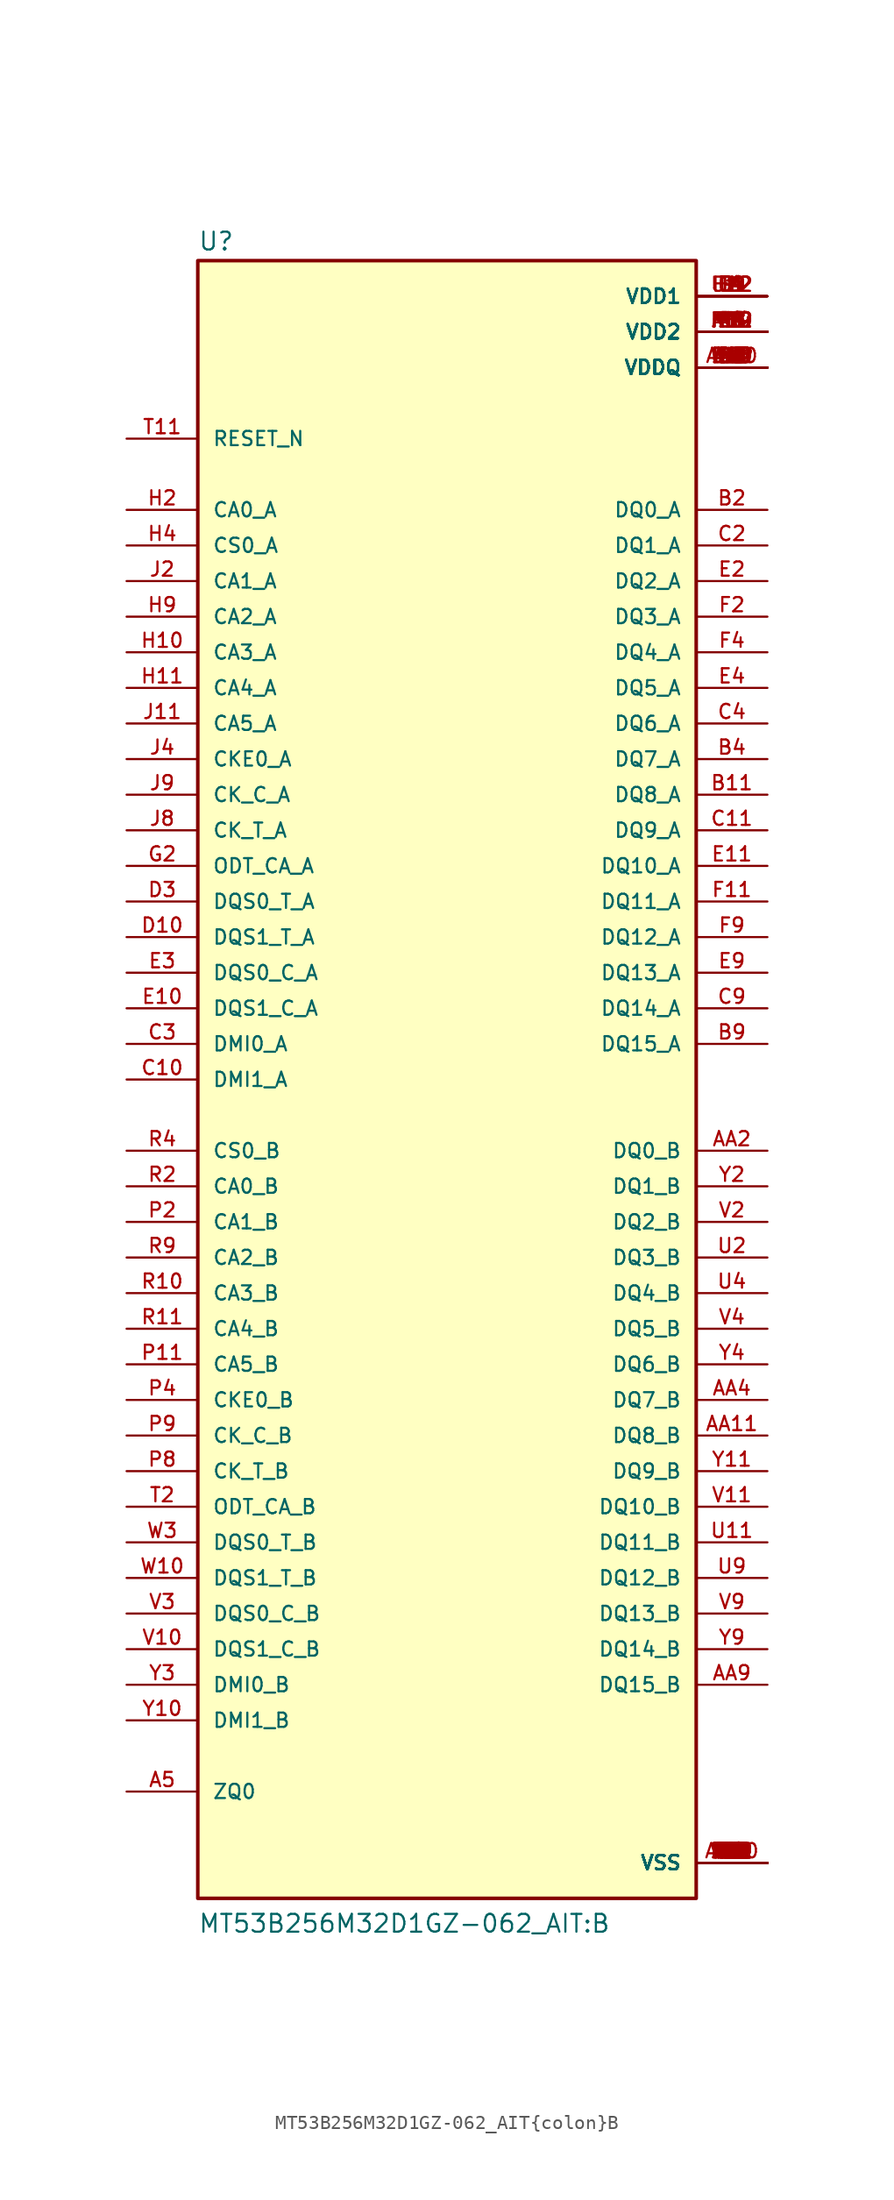
<source format=kicad_sym>
(kicad_symbol_lib
  (version 20220331)
  (generator kicad_symbol_editor)
  (symbol "MT53B256M32D1GZ-062_AIT{colon}B"
    (pin_names
      (offset 1.016))
    (property "Reference" "U"
      (at -17.78 59.055 0)
      (effects (font (size 1.27 1.27)) (justify left bottom)))
    (property "Value" "MT53B256M32D1GZ-062_AIT{colon}B"
      (at -17.78 -60.96 0)
      (effects (font (size 1.27 1.27)) (justify left bottom)))
    (property "ki_locked" ""
      (at 0 0 0)
      (effects (font (size 1.27 1.27))))
    (symbol "MT53B256M32D1GZ-062_AIT{colon}B_0_0"
      (rectangle (start -17.78 -58.42) (end 17.78 58.42) (stroke (width 0.254) (type solid)) (fill (type background)))
      (pin power_in line (at 22.86 -55.88 180) (length 5.08) (name "VSS" (effects (font (size 1.016 1.016)))) (number "A10" (effects (font (size 1.016 1.016)))))
      (pin power_in line (at 22.86 -55.88 180) (length 5.08) (name "VSS" (effects (font (size 1.016 1.016)))) (number "A3" (effects (font (size 1.016 1.016)))))
      (pin power_in line (at 22.86 53.34 180) (length 5.08) (name "VDD2" (effects (font (size 1.016 1.016)))) (number "A4" (effects (font (size 1.016 1.016)))))
      (pin passive line (at -22.86 -50.8 0) (length 5.08) (name "ZQ0" (effects (font (size 1.016 1.016)))) (number "A5" (effects (font (size 1.016 1.016)))))
      (pin power_in line (at 22.86 53.34 180) (length 5.08) (name "VDD2" (effects (font (size 1.016 1.016)))) (number "A9" (effects (font (size 1.016 1.016)))))
      (pin power_in line (at 22.86 50.8 180) (length 5.08) (name "VDDQ" (effects (font (size 1.016 1.016)))) (number "AA10" (effects (font (size 1.016 1.016)))))
      (pin bidirectional line (at 22.86 -25.4 180) (length 5.08) (name "DQ8_B" (effects (font (size 1.016 1.016)))) (number "AA11" (effects (font (size 1.016 1.016)))))
      (pin bidirectional line (at 22.86 -5.08 180) (length 5.08) (name "DQ0_B" (effects (font (size 1.016 1.016)))) (number "AA2" (effects (font (size 1.016 1.016)))))
      (pin power_in line (at 22.86 50.8 180) (length 5.08) (name "VDDQ" (effects (font (size 1.016 1.016)))) (number "AA3" (effects (font (size 1.016 1.016)))))
      (pin bidirectional line (at 22.86 -22.86 180) (length 5.08) (name "DQ7_B" (effects (font (size 1.016 1.016)))) (number "AA4" (effects (font (size 1.016 1.016)))))
      (pin power_in line (at 22.86 50.8 180) (length 5.08) (name "VDDQ" (effects (font (size 1.016 1.016)))) (number "AA5" (effects (font (size 1.016 1.016)))))
      (pin power_in line (at 22.86 50.8 180) (length 5.08) (name "VDDQ" (effects (font (size 1.016 1.016)))) (number "AA8" (effects (font (size 1.016 1.016)))))
      (pin bidirectional line (at 22.86 -43.18 180) (length 5.08) (name "DQ15_B" (effects (font (size 1.016 1.016)))) (number "AA9" (effects (font (size 1.016 1.016)))))
      (pin power_in line (at 22.86 -55.88 180) (length 5.08) (name "VSS" (effects (font (size 1.016 1.016)))) (number "AB10" (effects (font (size 1.016 1.016)))))
      (pin power_in line (at 22.86 -55.88 180) (length 5.08) (name "VSS" (effects (font (size 1.016 1.016)))) (number "AB3" (effects (font (size 1.016 1.016)))))
      (pin power_in line (at 22.86 53.34 180) (length 5.08) (name "VDD2" (effects (font (size 1.016 1.016)))) (number "AB4" (effects (font (size 1.016 1.016)))))
      (pin power_in line (at 22.86 -55.88 180) (length 5.08) (name "VSS" (effects (font (size 1.016 1.016)))) (number "AB5" (effects (font (size 1.016 1.016)))))
      (pin power_in line (at 22.86 -55.88 180) (length 5.08) (name "VSS" (effects (font (size 1.016 1.016)))) (number "AB8" (effects (font (size 1.016 1.016)))))
      (pin power_in line (at 22.86 53.34 180) (length 5.08) (name "VDD2" (effects (font (size 1.016 1.016)))) (number "AB9" (effects (font (size 1.016 1.016)))))
      (pin power_in line (at 22.86 50.8 180) (length 5.08) (name "VDDQ" (effects (font (size 1.016 1.016)))) (number "B10" (effects (font (size 1.016 1.016)))))
      (pin bidirectional line (at 22.86 20.32 180) (length 5.08) (name "DQ8_A" (effects (font (size 1.016 1.016)))) (number "B11" (effects (font (size 1.016 1.016)))))
      (pin bidirectional line (at 22.86 40.64 180) (length 5.08) (name "DQ0_A" (effects (font (size 1.016 1.016)))) (number "B2" (effects (font (size 1.016 1.016)))))
      (pin power_in line (at 22.86 50.8 180) (length 5.08) (name "VDDQ" (effects (font (size 1.016 1.016)))) (number "B3" (effects (font (size 1.016 1.016)))))
      (pin bidirectional line (at 22.86 22.86 180) (length 5.08) (name "DQ7_A" (effects (font (size 1.016 1.016)))) (number "B4" (effects (font (size 1.016 1.016)))))
      (pin power_in line (at 22.86 50.8 180) (length 5.08) (name "VDDQ" (effects (font (size 1.016 1.016)))) (number "B5" (effects (font (size 1.016 1.016)))))
      (pin power_in line (at 22.86 50.8 180) (length 5.08) (name "VDDQ" (effects (font (size 1.016 1.016)))) (number "B8" (effects (font (size 1.016 1.016)))))
      (pin bidirectional line (at 22.86 2.54 180) (length 5.08) (name "DQ15_A" (effects (font (size 1.016 1.016)))) (number "B9" (effects (font (size 1.016 1.016)))))
      (pin power_in line (at 22.86 -55.88 180) (length 5.08) (name "VSS" (effects (font (size 1.016 1.016)))) (number "C1" (effects (font (size 1.016 1.016)))))
      (pin bidirectional line (at -22.86 0 0) (length 5.08) (name "DMI1_A" (effects (font (size 1.016 1.016)))) (number "C10" (effects (font (size 1.016 1.016)))))
      (pin bidirectional line (at 22.86 17.78 180) (length 5.08) (name "DQ9_A" (effects (font (size 1.016 1.016)))) (number "C11" (effects (font (size 1.016 1.016)))))
      (pin power_in line (at 22.86 -55.88 180) (length 5.08) (name "VSS" (effects (font (size 1.016 1.016)))) (number "C12" (effects (font (size 1.016 1.016)))))
      (pin bidirectional line (at 22.86 38.1 180) (length 5.08) (name "DQ1_A" (effects (font (size 1.016 1.016)))) (number "C2" (effects (font (size 1.016 1.016)))))
      (pin bidirectional line (at -22.86 2.54 0) (length 5.08) (name "DMI0_A" (effects (font (size 1.016 1.016)))) (number "C3" (effects (font (size 1.016 1.016)))))
      (pin bidirectional line (at 22.86 25.4 180) (length 5.08) (name "DQ6_A" (effects (font (size 1.016 1.016)))) (number "C4" (effects (font (size 1.016 1.016)))))
      (pin power_in line (at 22.86 -55.88 180) (length 5.08) (name "VSS" (effects (font (size 1.016 1.016)))) (number "C5" (effects (font (size 1.016 1.016)))))
      (pin power_in line (at 22.86 -55.88 180) (length 5.08) (name "VSS" (effects (font (size 1.016 1.016)))) (number "C8" (effects (font (size 1.016 1.016)))))
      (pin bidirectional line (at 22.86 5.08 180) (length 5.08) (name "DQ14_A" (effects (font (size 1.016 1.016)))) (number "C9" (effects (font (size 1.016 1.016)))))
      (pin power_in line (at 22.86 50.8 180) (length 5.08) (name "VDDQ" (effects (font (size 1.016 1.016)))) (number "D1" (effects (font (size 1.016 1.016)))))
      (pin bidirectional line (at -22.86 10.16 0) (length 5.08) (name "DQS1_T_A" (effects (font (size 1.016 1.016)))) (number "D10" (effects (font (size 1.016 1.016)))))
      (pin power_in line (at 22.86 -55.88 180) (length 5.08) (name "VSS" (effects (font (size 1.016 1.016)))) (number "D11" (effects (font (size 1.016 1.016)))))
      (pin power_in line (at 22.86 50.8 180) (length 5.08) (name "VDDQ" (effects (font (size 1.016 1.016)))) (number "D12" (effects (font (size 1.016 1.016)))))
      (pin power_in line (at 22.86 -55.88 180) (length 5.08) (name "VSS" (effects (font (size 1.016 1.016)))) (number "D2" (effects (font (size 1.016 1.016)))))
      (pin bidirectional line (at -22.86 12.7 0) (length 5.08) (name "DQS0_T_A" (effects (font (size 1.016 1.016)))) (number "D3" (effects (font (size 1.016 1.016)))))
      (pin power_in line (at 22.86 -55.88 180) (length 5.08) (name "VSS" (effects (font (size 1.016 1.016)))) (number "D4" (effects (font (size 1.016 1.016)))))
      (pin power_in line (at 22.86 50.8 180) (length 5.08) (name "VDDQ" (effects (font (size 1.016 1.016)))) (number "D5" (effects (font (size 1.016 1.016)))))
      (pin power_in line (at 22.86 50.8 180) (length 5.08) (name "VDDQ" (effects (font (size 1.016 1.016)))) (number "D8" (effects (font (size 1.016 1.016)))))
      (pin power_in line (at 22.86 -55.88 180) (length 5.08) (name "VSS" (effects (font (size 1.016 1.016)))) (number "D9" (effects (font (size 1.016 1.016)))))
      (pin power_in line (at 22.86 -55.88 180) (length 5.08) (name "VSS" (effects (font (size 1.016 1.016)))) (number "E1" (effects (font (size 1.016 1.016)))))
      (pin bidirectional line (at -22.86 5.08 0) (length 5.08) (name "DQS1_C_A" (effects (font (size 1.016 1.016)))) (number "E10" (effects (font (size 1.016 1.016)))))
      (pin bidirectional line (at 22.86 15.24 180) (length 5.08) (name "DQ10_A" (effects (font (size 1.016 1.016)))) (number "E11" (effects (font (size 1.016 1.016)))))
      (pin power_in line (at 22.86 -55.88 180) (length 5.08) (name "VSS" (effects (font (size 1.016 1.016)))) (number "E12" (effects (font (size 1.016 1.016)))))
      (pin bidirectional line (at 22.86 35.56 180) (length 5.08) (name "DQ2_A" (effects (font (size 1.016 1.016)))) (number "E2" (effects (font (size 1.016 1.016)))))
      (pin bidirectional line (at -22.86 7.62 0) (length 5.08) (name "DQS0_C_A" (effects (font (size 1.016 1.016)))) (number "E3" (effects (font (size 1.016 1.016)))))
      (pin bidirectional line (at 22.86 27.94 180) (length 5.08) (name "DQ5_A" (effects (font (size 1.016 1.016)))) (number "E4" (effects (font (size 1.016 1.016)))))
      (pin power_in line (at 22.86 -55.88 180) (length 5.08) (name "VSS" (effects (font (size 1.016 1.016)))) (number "E5" (effects (font (size 1.016 1.016)))))
      (pin power_in line (at 22.86 -55.88 180) (length 5.08) (name "VSS" (effects (font (size 1.016 1.016)))) (number "E8" (effects (font (size 1.016 1.016)))))
      (pin bidirectional line (at 22.86 7.62 180) (length 5.08) (name "DQ13_A" (effects (font (size 1.016 1.016)))) (number "E9" (effects (font (size 1.016 1.016)))))
      (pin power_in line (at 22.86 55.88 180) (length 5.08) (name "VDD1" (effects (font (size 1.016 1.016)))) (number "F1" (effects (font (size 1.016 1.016)))))
      (pin power_in line (at 22.86 50.8 180) (length 5.08) (name "VDDQ" (effects (font (size 1.016 1.016)))) (number "F10" (effects (font (size 1.016 1.016)))))
      (pin bidirectional line (at 22.86 12.7 180) (length 5.08) (name "DQ11_A" (effects (font (size 1.016 1.016)))) (number "F11" (effects (font (size 1.016 1.016)))))
      (pin power_in line (at 22.86 55.88 180) (length 5.08) (name "VDD1" (effects (font (size 1.016 1.016)))) (number "F12" (effects (font (size 1.016 1.016)))))
      (pin bidirectional line (at 22.86 33.02 180) (length 5.08) (name "DQ3_A" (effects (font (size 1.016 1.016)))) (number "F2" (effects (font (size 1.016 1.016)))))
      (pin power_in line (at 22.86 50.8 180) (length 5.08) (name "VDDQ" (effects (font (size 1.016 1.016)))) (number "F3" (effects (font (size 1.016 1.016)))))
      (pin bidirectional line (at 22.86 30.48 180) (length 5.08) (name "DQ4_A" (effects (font (size 1.016 1.016)))) (number "F4" (effects (font (size 1.016 1.016)))))
      (pin power_in line (at 22.86 53.34 180) (length 5.08) (name "VDD2" (effects (font (size 1.016 1.016)))) (number "F5" (effects (font (size 1.016 1.016)))))
      (pin power_in line (at 22.86 53.34 180) (length 5.08) (name "VDD2" (effects (font (size 1.016 1.016)))) (number "F8" (effects (font (size 1.016 1.016)))))
      (pin bidirectional line (at 22.86 10.16 180) (length 5.08) (name "DQ12_A" (effects (font (size 1.016 1.016)))) (number "F9" (effects (font (size 1.016 1.016)))))
      (pin power_in line (at 22.86 -55.88 180) (length 5.08) (name "VSS" (effects (font (size 1.016 1.016)))) (number "G1" (effects (font (size 1.016 1.016)))))
      (pin power_in line (at 22.86 -55.88 180) (length 5.08) (name "VSS" (effects (font (size 1.016 1.016)))) (number "G10" (effects (font (size 1.016 1.016)))))
      (pin power_in line (at 22.86 -55.88 180) (length 5.08) (name "VSS" (effects (font (size 1.016 1.016)))) (number "G12" (effects (font (size 1.016 1.016)))))
      (pin input line (at -22.86 15.24 0) (length 5.08) (name "ODT_CA_A" (effects (font (size 1.016 1.016)))) (number "G2" (effects (font (size 1.016 1.016)))))
      (pin power_in line (at 22.86 -55.88 180) (length 5.08) (name "VSS" (effects (font (size 1.016 1.016)))) (number "G3" (effects (font (size 1.016 1.016)))))
      (pin power_in line (at 22.86 55.88 180) (length 5.08) (name "VDD1" (effects (font (size 1.016 1.016)))) (number "G4" (effects (font (size 1.016 1.016)))))
      (pin power_in line (at 22.86 -55.88 180) (length 5.08) (name "VSS" (effects (font (size 1.016 1.016)))) (number "G5" (effects (font (size 1.016 1.016)))))
      (pin power_in line (at 22.86 -55.88 180) (length 5.08) (name "VSS" (effects (font (size 1.016 1.016)))) (number "G8" (effects (font (size 1.016 1.016)))))
      (pin power_in line (at 22.86 55.88 180) (length 5.08) (name "VDD1" (effects (font (size 1.016 1.016)))) (number "G9" (effects (font (size 1.016 1.016)))))
      (pin power_in line (at 22.86 53.34 180) (length 5.08) (name "VDD2" (effects (font (size 1.016 1.016)))) (number "H1" (effects (font (size 1.016 1.016)))))
      (pin input line (at -22.86 30.48 0) (length 5.08) (name "CA3_A" (effects (font (size 1.016 1.016)))) (number "H10" (effects (font (size 1.016 1.016)))))
      (pin input line (at -22.86 27.94 0) (length 5.08) (name "CA4_A" (effects (font (size 1.016 1.016)))) (number "H11" (effects (font (size 1.016 1.016)))))
      (pin power_in line (at 22.86 53.34 180) (length 5.08) (name "VDD2" (effects (font (size 1.016 1.016)))) (number "H12" (effects (font (size 1.016 1.016)))))
      (pin input line (at -22.86 40.64 0) (length 5.08) (name "CA0_A" (effects (font (size 1.016 1.016)))) (number "H2" (effects (font (size 1.016 1.016)))))
      (pin input line (at -22.86 38.1 0) (length 5.08) (name "CS0_A" (effects (font (size 1.016 1.016)))) (number "H4" (effects (font (size 1.016 1.016)))))
      (pin power_in line (at 22.86 53.34 180) (length 5.08) (name "VDD2" (effects (font (size 1.016 1.016)))) (number "H5" (effects (font (size 1.016 1.016)))))
      (pin power_in line (at 22.86 53.34 180) (length 5.08) (name "VDD2" (effects (font (size 1.016 1.016)))) (number "H8" (effects (font (size 1.016 1.016)))))
      (pin input line (at -22.86 33.02 0) (length 5.08) (name "CA2_A" (effects (font (size 1.016 1.016)))) (number "H9" (effects (font (size 1.016 1.016)))))
      (pin power_in line (at 22.86 -55.88 180) (length 5.08) (name "VSS" (effects (font (size 1.016 1.016)))) (number "J1" (effects (font (size 1.016 1.016)))))
      (pin power_in line (at 22.86 -55.88 180) (length 5.08) (name "VSS" (effects (font (size 1.016 1.016)))) (number "J10" (effects (font (size 1.016 1.016)))))
      (pin input line (at -22.86 25.4 0) (length 5.08) (name "CA5_A" (effects (font (size 1.016 1.016)))) (number "J11" (effects (font (size 1.016 1.016)))))
      (pin power_in line (at 22.86 -55.88 180) (length 5.08) (name "VSS" (effects (font (size 1.016 1.016)))) (number "J12" (effects (font (size 1.016 1.016)))))
      (pin input line (at -22.86 35.56 0) (length 5.08) (name "CA1_A" (effects (font (size 1.016 1.016)))) (number "J2" (effects (font (size 1.016 1.016)))))
      (pin power_in line (at 22.86 -55.88 180) (length 5.08) (name "VSS" (effects (font (size 1.016 1.016)))) (number "J3" (effects (font (size 1.016 1.016)))))
      (pin input line (at -22.86 22.86 0) (length 5.08) (name "CKE0_A" (effects (font (size 1.016 1.016)))) (number "J4" (effects (font (size 1.016 1.016)))))
      (pin input line (at -22.86 17.78 0) (length 5.08) (name "CK_T_A" (effects (font (size 1.016 1.016)))) (number "J8" (effects (font (size 1.016 1.016)))))
      (pin input line (at -22.86 20.32 0) (length 5.08) (name "CK_C_A" (effects (font (size 1.016 1.016)))) (number "J9" (effects (font (size 1.016 1.016)))))
      (pin power_in line (at 22.86 53.34 180) (length 5.08) (name "VDD2" (effects (font (size 1.016 1.016)))) (number "K1" (effects (font (size 1.016 1.016)))))
      (pin power_in line (at 22.86 53.34 180) (length 5.08) (name "VDD2" (effects (font (size 1.016 1.016)))) (number "K10" (effects (font (size 1.016 1.016)))))
      (pin power_in line (at 22.86 -55.88 180) (length 5.08) (name "VSS" (effects (font (size 1.016 1.016)))) (number "K11" (effects (font (size 1.016 1.016)))))
      (pin power_in line (at 22.86 53.34 180) (length 5.08) (name "VDD2" (effects (font (size 1.016 1.016)))) (number "K12" (effects (font (size 1.016 1.016)))))
      (pin power_in line (at 22.86 -55.88 180) (length 5.08) (name "VSS" (effects (font (size 1.016 1.016)))) (number "K2" (effects (font (size 1.016 1.016)))))
      (pin power_in line (at 22.86 53.34 180) (length 5.08) (name "VDD2" (effects (font (size 1.016 1.016)))) (number "K3" (effects (font (size 1.016 1.016)))))
      (pin power_in line (at 22.86 -55.88 180) (length 5.08) (name "VSS" (effects (font (size 1.016 1.016)))) (number "K4" (effects (font (size 1.016 1.016)))))
      (pin power_in line (at 22.86 -55.88 180) (length 5.08) (name "VSS" (effects (font (size 1.016 1.016)))) (number "K9" (effects (font (size 1.016 1.016)))))
      (pin power_in line (at 22.86 53.34 180) (length 5.08) (name "VDD2" (effects (font (size 1.016 1.016)))) (number "N1" (effects (font (size 1.016 1.016)))))
      (pin power_in line (at 22.86 53.34 180) (length 5.08) (name "VDD2" (effects (font (size 1.016 1.016)))) (number "N10" (effects (font (size 1.016 1.016)))))
      (pin power_in line (at 22.86 -55.88 180) (length 5.08) (name "VSS" (effects (font (size 1.016 1.016)))) (number "N11" (effects (font (size 1.016 1.016)))))
      (pin power_in line (at 22.86 53.34 180) (length 5.08) (name "VDD2" (effects (font (size 1.016 1.016)))) (number "N12" (effects (font (size 1.016 1.016)))))
      (pin power_in line (at 22.86 -55.88 180) (length 5.08) (name "VSS" (effects (font (size 1.016 1.016)))) (number "N2" (effects (font (size 1.016 1.016)))))
      (pin power_in line (at 22.86 53.34 180) (length 5.08) (name "VDD2" (effects (font (size 1.016 1.016)))) (number "N3" (effects (font (size 1.016 1.016)))))
      (pin power_in line (at 22.86 -55.88 180) (length 5.08) (name "VSS" (effects (font (size 1.016 1.016)))) (number "N4" (effects (font (size 1.016 1.016)))))
      (pin power_in line (at 22.86 -55.88 180) (length 5.08) (name "VSS" (effects (font (size 1.016 1.016)))) (number "N9" (effects (font (size 1.016 1.016)))))
      (pin power_in line (at 22.86 -55.88 180) (length 5.08) (name "VSS" (effects (font (size 1.016 1.016)))) (number "P1" (effects (font (size 1.016 1.016)))))
      (pin power_in line (at 22.86 -55.88 180) (length 5.08) (name "VSS" (effects (font (size 1.016 1.016)))) (number "P10" (effects (font (size 1.016 1.016)))))
      (pin input line (at -22.86 -20.32 0) (length 5.08) (name "CA5_B" (effects (font (size 1.016 1.016)))) (number "P11" (effects (font (size 1.016 1.016)))))
      (pin power_in line (at 22.86 -55.88 180) (length 5.08) (name "VSS" (effects (font (size 1.016 1.016)))) (number "P12" (effects (font (size 1.016 1.016)))))
      (pin input line (at -22.86 -10.16 0) (length 5.08) (name "CA1_B" (effects (font (size 1.016 1.016)))) (number "P2" (effects (font (size 1.016 1.016)))))
      (pin power_in line (at 22.86 -55.88 180) (length 5.08) (name "VSS" (effects (font (size 1.016 1.016)))) (number "P3" (effects (font (size 1.016 1.016)))))
      (pin input line (at -22.86 -22.86 0) (length 5.08) (name "CKE0_B" (effects (font (size 1.016 1.016)))) (number "P4" (effects (font (size 1.016 1.016)))))
      (pin input line (at -22.86 -27.94 0) (length 5.08) (name "CK_T_B" (effects (font (size 1.016 1.016)))) (number "P8" (effects (font (size 1.016 1.016)))))
      (pin input line (at -22.86 -25.4 0) (length 5.08) (name "CK_C_B" (effects (font (size 1.016 1.016)))) (number "P9" (effects (font (size 1.016 1.016)))))
      (pin power_in line (at 22.86 53.34 180) (length 5.08) (name "VDD2" (effects (font (size 1.016 1.016)))) (number "R1" (effects (font (size 1.016 1.016)))))
      (pin input line (at -22.86 -15.24 0) (length 5.08) (name "CA3_B" (effects (font (size 1.016 1.016)))) (number "R10" (effects (font (size 1.016 1.016)))))
      (pin input line (at -22.86 -17.78 0) (length 5.08) (name "CA4_B" (effects (font (size 1.016 1.016)))) (number "R11" (effects (font (size 1.016 1.016)))))
      (pin power_in line (at 22.86 53.34 180) (length 5.08) (name "VDD2" (effects (font (size 1.016 1.016)))) (number "R12" (effects (font (size 1.016 1.016)))))
      (pin input line (at -22.86 -7.62 0) (length 5.08) (name "CA0_B" (effects (font (size 1.016 1.016)))) (number "R2" (effects (font (size 1.016 1.016)))))
      (pin input line (at -22.86 -5.08 0) (length 5.08) (name "CS0_B" (effects (font (size 1.016 1.016)))) (number "R4" (effects (font (size 1.016 1.016)))))
      (pin power_in line (at 22.86 53.34 180) (length 5.08) (name "VDD2" (effects (font (size 1.016 1.016)))) (number "R5" (effects (font (size 1.016 1.016)))))
      (pin power_in line (at 22.86 53.34 180) (length 5.08) (name "VDD2" (effects (font (size 1.016 1.016)))) (number "R8" (effects (font (size 1.016 1.016)))))
      (pin input line (at -22.86 -12.7 0) (length 5.08) (name "CA2_B" (effects (font (size 1.016 1.016)))) (number "R9" (effects (font (size 1.016 1.016)))))
      (pin power_in line (at 22.86 -55.88 180) (length 5.08) (name "VSS" (effects (font (size 1.016 1.016)))) (number "T1" (effects (font (size 1.016 1.016)))))
      (pin power_in line (at 22.86 -55.88 180) (length 5.08) (name "VSS" (effects (font (size 1.016 1.016)))) (number "T10" (effects (font (size 1.016 1.016)))))
      (pin input line (at -22.86 45.72 0) (length 5.08) (name "RESET_N" (effects (font (size 1.016 1.016)))) (number "T11" (effects (font (size 1.016 1.016)))))
      (pin power_in line (at 22.86 -55.88 180) (length 5.08) (name "VSS" (effects (font (size 1.016 1.016)))) (number "T12" (effects (font (size 1.016 1.016)))))
      (pin input line (at -22.86 -30.48 0) (length 5.08) (name "ODT_CA_B" (effects (font (size 1.016 1.016)))) (number "T2" (effects (font (size 1.016 1.016)))))
      (pin power_in line (at 22.86 -55.88 180) (length 5.08) (name "VSS" (effects (font (size 1.016 1.016)))) (number "T3" (effects (font (size 1.016 1.016)))))
      (pin power_in line (at 22.86 55.88 180) (length 5.08) (name "VDD1" (effects (font (size 1.016 1.016)))) (number "T4" (effects (font (size 1.016 1.016)))))
      (pin power_in line (at 22.86 -55.88 180) (length 5.08) (name "VSS" (effects (font (size 1.016 1.016)))) (number "T5" (effects (font (size 1.016 1.016)))))
      (pin power_in line (at 22.86 -55.88 180) (length 5.08) (name "VSS" (effects (font (size 1.016 1.016)))) (number "T8" (effects (font (size 1.016 1.016)))))
      (pin power_in line (at 22.86 55.88 180) (length 5.08) (name "VDD1" (effects (font (size 1.016 1.016)))) (number "T9" (effects (font (size 1.016 1.016)))))
      (pin power_in line (at 22.86 55.88 180) (length 5.08) (name "VDD1" (effects (font (size 1.016 1.016)))) (number "U1" (effects (font (size 1.016 1.016)))))
      (pin power_in line (at 22.86 50.8 180) (length 5.08) (name "VDDQ" (effects (font (size 1.016 1.016)))) (number "U10" (effects (font (size 1.016 1.016)))))
      (pin bidirectional line (at 22.86 -33.02 180) (length 5.08) (name "DQ11_B" (effects (font (size 1.016 1.016)))) (number "U11" (effects (font (size 1.016 1.016)))))
      (pin power_in line (at 22.86 55.88 180) (length 5.08) (name "VDD1" (effects (font (size 1.016 1.016)))) (number "U12" (effects (font (size 1.016 1.016)))))
      (pin bidirectional line (at 22.86 -12.7 180) (length 5.08) (name "DQ3_B" (effects (font (size 1.016 1.016)))) (number "U2" (effects (font (size 1.016 1.016)))))
      (pin power_in line (at 22.86 50.8 180) (length 5.08) (name "VDDQ" (effects (font (size 1.016 1.016)))) (number "U3" (effects (font (size 1.016 1.016)))))
      (pin bidirectional line (at 22.86 -15.24 180) (length 5.08) (name "DQ4_B" (effects (font (size 1.016 1.016)))) (number "U4" (effects (font (size 1.016 1.016)))))
      (pin power_in line (at 22.86 53.34 180) (length 5.08) (name "VDD2" (effects (font (size 1.016 1.016)))) (number "U5" (effects (font (size 1.016 1.016)))))
      (pin power_in line (at 22.86 53.34 180) (length 5.08) (name "VDD2" (effects (font (size 1.016 1.016)))) (number "U8" (effects (font (size 1.016 1.016)))))
      (pin bidirectional line (at 22.86 -35.56 180) (length 5.08) (name "DQ12_B" (effects (font (size 1.016 1.016)))) (number "U9" (effects (font (size 1.016 1.016)))))
      (pin power_in line (at 22.86 -55.88 180) (length 5.08) (name "VSS" (effects (font (size 1.016 1.016)))) (number "V1" (effects (font (size 1.016 1.016)))))
      (pin bidirectional line (at -22.86 -40.64 0) (length 5.08) (name "DQS1_C_B" (effects (font (size 1.016 1.016)))) (number "V10" (effects (font (size 1.016 1.016)))))
      (pin bidirectional line (at 22.86 -30.48 180) (length 5.08) (name "DQ10_B" (effects (font (size 1.016 1.016)))) (number "V11" (effects (font (size 1.016 1.016)))))
      (pin power_in line (at 22.86 -55.88 180) (length 5.08) (name "VSS" (effects (font (size 1.016 1.016)))) (number "V12" (effects (font (size 1.016 1.016)))))
      (pin bidirectional line (at 22.86 -10.16 180) (length 5.08) (name "DQ2_B" (effects (font (size 1.016 1.016)))) (number "V2" (effects (font (size 1.016 1.016)))))
      (pin bidirectional line (at -22.86 -38.1 0) (length 5.08) (name "DQS0_C_B" (effects (font (size 1.016 1.016)))) (number "V3" (effects (font (size 1.016 1.016)))))
      (pin bidirectional line (at 22.86 -17.78 180) (length 5.08) (name "DQ5_B" (effects (font (size 1.016 1.016)))) (number "V4" (effects (font (size 1.016 1.016)))))
      (pin power_in line (at 22.86 -55.88 180) (length 5.08) (name "VSS" (effects (font (size 1.016 1.016)))) (number "V5" (effects (font (size 1.016 1.016)))))
      (pin power_in line (at 22.86 -55.88 180) (length 5.08) (name "VSS" (effects (font (size 1.016 1.016)))) (number "V8" (effects (font (size 1.016 1.016)))))
      (pin bidirectional line (at 22.86 -38.1 180) (length 5.08) (name "DQ13_B" (effects (font (size 1.016 1.016)))) (number "V9" (effects (font (size 1.016 1.016)))))
      (pin power_in line (at 22.86 50.8 180) (length 5.08) (name "VDDQ" (effects (font (size 1.016 1.016)))) (number "W1" (effects (font (size 1.016 1.016)))))
      (pin bidirectional line (at -22.86 -35.56 0) (length 5.08) (name "DQS1_T_B" (effects (font (size 1.016 1.016)))) (number "W10" (effects (font (size 1.016 1.016)))))
      (pin power_in line (at 22.86 -55.88 180) (length 5.08) (name "VSS" (effects (font (size 1.016 1.016)))) (number "W11" (effects (font (size 1.016 1.016)))))
      (pin power_in line (at 22.86 50.8 180) (length 5.08) (name "VDDQ" (effects (font (size 1.016 1.016)))) (number "W12" (effects (font (size 1.016 1.016)))))
      (pin power_in line (at 22.86 -55.88 180) (length 5.08) (name "VSS" (effects (font (size 1.016 1.016)))) (number "W2" (effects (font (size 1.016 1.016)))))
      (pin bidirectional line (at -22.86 -33.02 0) (length 5.08) (name "DQS0_T_B" (effects (font (size 1.016 1.016)))) (number "W3" (effects (font (size 1.016 1.016)))))
      (pin power_in line (at 22.86 -55.88 180) (length 5.08) (name "VSS" (effects (font (size 1.016 1.016)))) (number "W4" (effects (font (size 1.016 1.016)))))
      (pin power_in line (at 22.86 50.8 180) (length 5.08) (name "VDDQ" (effects (font (size 1.016 1.016)))) (number "W5" (effects (font (size 1.016 1.016)))))
      (pin power_in line (at 22.86 50.8 180) (length 5.08) (name "VDDQ" (effects (font (size 1.016 1.016)))) (number "W8" (effects (font (size 1.016 1.016)))))
      (pin power_in line (at 22.86 -55.88 180) (length 5.08) (name "VSS" (effects (font (size 1.016 1.016)))) (number "W9" (effects (font (size 1.016 1.016)))))
      (pin power_in line (at 22.86 -55.88 180) (length 5.08) (name "VSS" (effects (font (size 1.016 1.016)))) (number "Y1" (effects (font (size 1.016 1.016)))))
      (pin bidirectional line (at -22.86 -45.72 0) (length 5.08) (name "DMI1_B" (effects (font (size 1.016 1.016)))) (number "Y10" (effects (font (size 1.016 1.016)))))
      (pin bidirectional line (at 22.86 -27.94 180) (length 5.08) (name "DQ9_B" (effects (font (size 1.016 1.016)))) (number "Y11" (effects (font (size 1.016 1.016)))))
      (pin power_in line (at 22.86 -55.88 180) (length 5.08) (name "VSS" (effects (font (size 1.016 1.016)))) (number "Y12" (effects (font (size 1.016 1.016)))))
      (pin bidirectional line (at 22.86 -7.62 180) (length 5.08) (name "DQ1_B" (effects (font (size 1.016 1.016)))) (number "Y2" (effects (font (size 1.016 1.016)))))
      (pin bidirectional line (at -22.86 -43.18 0) (length 5.08) (name "DMI0_B" (effects (font (size 1.016 1.016)))) (number "Y3" (effects (font (size 1.016 1.016)))))
      (pin bidirectional line (at 22.86 -20.32 180) (length 5.08) (name "DQ6_B" (effects (font (size 1.016 1.016)))) (number "Y4" (effects (font (size 1.016 1.016)))))
      (pin power_in line (at 22.86 -55.88 180) (length 5.08) (name "VSS" (effects (font (size 1.016 1.016)))) (number "Y5" (effects (font (size 1.016 1.016)))))
      (pin power_in line (at 22.86 -55.88 180) (length 5.08) (name "VSS" (effects (font (size 1.016 1.016)))) (number "Y8" (effects (font (size 1.016 1.016)))))
      (pin bidirectional line (at 22.86 -40.64 180) (length 5.08) (name "DQ14_B" (effects (font (size 1.016 1.016)))) (number "Y9" (effects (font (size 1.016 1.016))))))))
</source>
